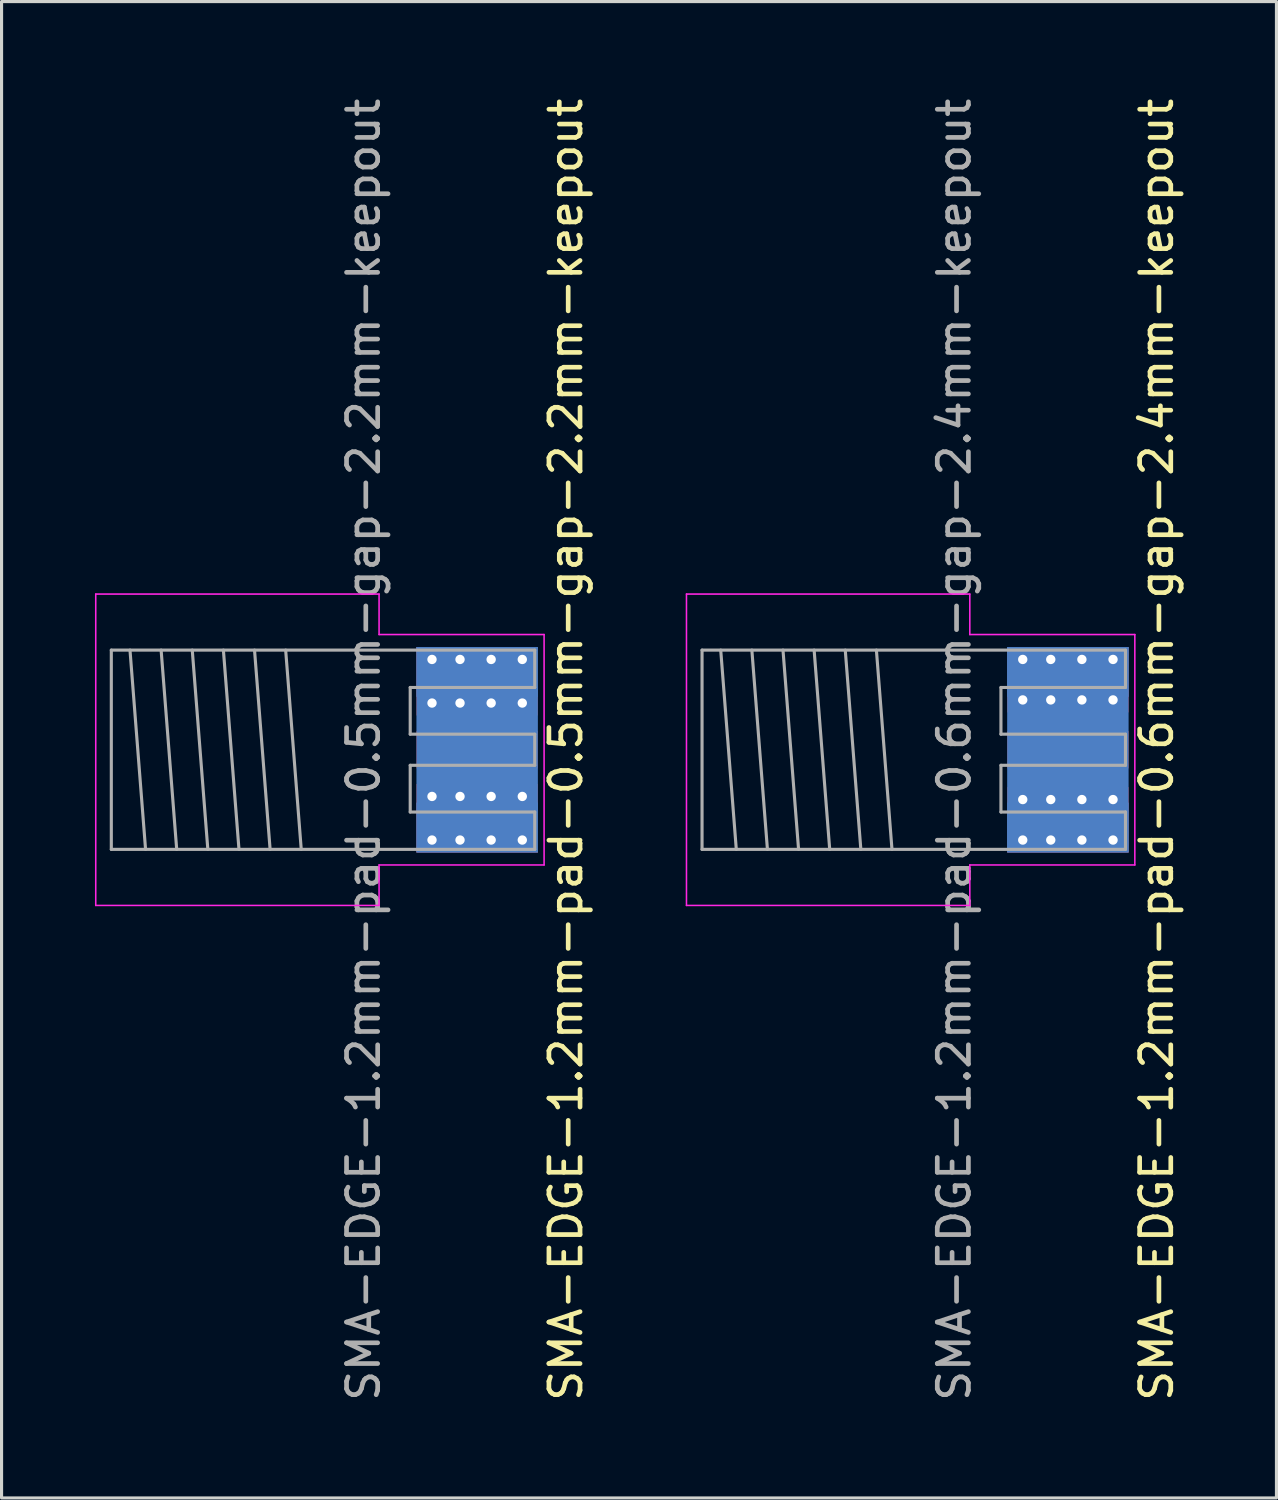
<source format=kicad_pcb>
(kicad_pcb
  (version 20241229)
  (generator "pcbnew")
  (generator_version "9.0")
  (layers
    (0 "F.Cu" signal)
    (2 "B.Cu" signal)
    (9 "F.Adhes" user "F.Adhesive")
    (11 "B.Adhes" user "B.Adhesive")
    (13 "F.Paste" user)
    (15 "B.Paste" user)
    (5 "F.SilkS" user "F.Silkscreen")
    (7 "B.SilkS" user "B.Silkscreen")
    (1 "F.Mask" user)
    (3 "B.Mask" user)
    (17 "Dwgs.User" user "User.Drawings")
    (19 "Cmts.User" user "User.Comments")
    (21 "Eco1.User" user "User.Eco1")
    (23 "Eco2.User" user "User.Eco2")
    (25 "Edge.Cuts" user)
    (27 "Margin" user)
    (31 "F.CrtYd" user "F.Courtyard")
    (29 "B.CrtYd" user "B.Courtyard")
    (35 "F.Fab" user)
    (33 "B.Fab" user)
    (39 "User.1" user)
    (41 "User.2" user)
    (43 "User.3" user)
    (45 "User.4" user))
  (footprint "SMA-EDGE-1.2mm-pad-0.5mm-gap-2.2mm-keepout"
    (layer "F.Cu")
    (at 10.125 21.03)
    (property "Reference" "SMA-EDGE-1.2mm-pad-0.5mm-gap-2.2mm-keepout" (at 5 0 90) (layer "F.SilkS") (effects (font (size 1 1) (thickness 0.15))))
    (attr through_hole)
    (fp_line (start -10.1 -5) (end -10.1 5) (stroke (width 0.05) (type solid)) (layer "F.CrtYd"))
    (fp_line (start -10.1 -5) (end -1 -5) (stroke (width 0.05) (type solid)) (layer "F.CrtYd"))
    (fp_line (start -10.1 5) (end -1 5) (stroke (width 0.05) (type solid)) (layer "F.CrtYd"))
    (fp_line (start -1 -5) (end -1 -3.7) (stroke (width 0.05) (type solid)) (layer "F.CrtYd"))
    (fp_line (start -1 3.7) (end 4.3 3.7) (stroke (width 0.05) (type solid)) (layer "F.CrtYd"))
    (fp_line (start -1 5) (end -1 3.7) (stroke (width 0.05) (type solid)) (layer "F.CrtYd"))
    (fp_line (start 4.3 -3.7) (end -1 -3.7) (stroke (width 0.05) (type solid)) (layer "F.CrtYd"))
    (fp_line (start 4.3 3.7) (end 4.3 -3.7) (stroke (width 0.05) (type solid)) (layer "F.CrtYd"))
    (fp_line (start -9.6 -3.2) (end 4 -3.2) (stroke (width 0.1) (type solid)) (layer "F.Fab"))
    (fp_line (start -9.6 3.2) (end -9.6 -3.2) (stroke (width 0.1) (type solid)) (layer "F.Fab"))
    (fp_line (start -9.6 3.2) (end 4 3.2) (stroke (width 0.1) (type solid)) (layer "F.Fab"))
    (fp_line (start -9 -3.2) (end -8.5 3.2) (stroke (width 0.1) (type solid)) (layer "F.Fab"))
    (fp_line (start -8 -3.2) (end -7.5 3.2) (stroke (width 0.1) (type solid)) (layer "F.Fab"))
    (fp_line (start -7 -3.2) (end -6.5 3.2) (stroke (width 0.1) (type solid)) (layer "F.Fab"))
    (fp_line (start -6 -3.2) (end -5.5 3.2) (stroke (width 0.1) (type solid)) (layer "F.Fab"))
    (fp_line (start -5 -3.2) (end -4.5 3.2) (stroke (width 0.1) (type solid)) (layer "F.Fab"))
    (fp_line (start -4 -3.2) (end -3.5 3.2) (stroke (width 0.1) (type solid)) (layer "F.Fab"))
    (fp_line (start 0 -2) (end 4 -2) (stroke (width 0.1) (type solid)) (layer "F.Fab"))
    (fp_line (start 0 -0.5) (end 0 -2) (stroke (width 0.1) (type solid)) (layer "F.Fab"))
    (fp_line (start 0 0.5) (end 4 0.5) (stroke (width 0.1) (type solid)) (layer "F.Fab"))
    (fp_line (start 0 2) (end 0 0.5) (stroke (width 0.1) (type solid)) (layer "F.Fab"))
    (fp_line (start 4 -2) (end 4 -3.2) (stroke (width 0.1) (type solid)) (layer "F.Fab"))
    (fp_line (start 4 -0.5) (end 0 -0.5) (stroke (width 0.1) (type solid)) (layer "F.Fab"))
    (fp_line (start 4 0.5) (end 4 -0.5) (stroke (width 0.1) (type solid)) (layer "F.Fab"))
    (fp_line (start 4 2) (end 0 2) (stroke (width 0.1) (type solid)) (layer "F.Fab"))
    (fp_line (start 4 3.2) (end 4 2) (stroke (width 0.1) (type solid)) (layer "F.Fab"))
    (fp_text user "${REFERENCE}" (at -1.5 0 90) (layer "F.Fab") (effects (font (size 1 1) (thickness 0.15))))
    (pad "1" smd rect (at 2.15 0) (size 3.9 1.2) (layers "F.Cu" "F.Mask"))
    (pad "2" thru_hole circle (at 0.7 -2.9) (size 0.7 0.7) (drill 0.3) (layers "*.Cu" "*.Mask"))
    (pad "2" thru_hole circle (at 0.7 -1.5) (size 0.7 0.7) (drill 0.3) (layers "*.Cu" "*.Mask"))
    (pad "2" thru_hole circle (at 0.7 1.5) (size 0.7 0.7) (drill 0.3) (layers "*.Cu" "*.Mask"))
    (pad "2" thru_hole circle (at 0.7 2.9) (size 0.7 0.7) (drill 0.3) (layers "*.Cu" "*.Mask"))
    (pad "2" thru_hole circle (at 1.6 -2.9) (size 0.7 0.7) (drill 0.3) (layers "*.Cu" "*.Mask"))
    (pad "2" thru_hole circle (at 1.6 -1.5) (size 0.7 0.7) (drill 0.3) (layers "*.Cu" "*.Mask"))
    (pad "2" thru_hole circle (at 1.6 1.5) (size 0.7 0.7) (drill 0.3) (layers "*.Cu" "*.Mask"))
    (pad "2" thru_hole circle (at 1.6 2.9) (size 0.7 0.7) (drill 0.3) (layers "*.Cu" "*.Mask"))
    (pad "2" smd rect (at 2.15 -2.5) (size 3.9 1.6) (layers "F.Cu" "F.Mask"))
    (pad "2" smd rect (at 2.15 -2.5) (size 3.9 1.6) (layers "B.Cu" "B.Mask"))
    (pad "2" smd rect (at 2.15 -2.2) (size 3.9 2.2) (layers "F.Cu"))
    (pad "2" smd rect (at 2.15 0) (size 3.9 6.6) (layers "B.Cu"))
    (pad "2" smd rect (at 2.15 2.2) (size 3.9 2.2) (layers "F.Cu"))
    (pad "2" smd rect (at 2.15 2.5) (size 3.9 1.6) (layers "F.Cu" "F.Mask"))
    (pad "2" smd rect (at 2.15 2.5) (size 3.9 1.6) (layers "B.Cu" "B.Mask"))
    (pad "2" thru_hole circle (at 2.6 -2.9) (size 0.7 0.7) (drill 0.3) (layers "*.Cu" "*.Mask"))
    (pad "2" thru_hole circle (at 2.6 -1.5) (size 0.7 0.7) (drill 0.3) (layers "*.Cu" "*.Mask"))
    (pad "2" thru_hole circle (at 2.6 1.5) (size 0.7 0.7) (drill 0.3) (layers "*.Cu" "*.Mask"))
    (pad "2" thru_hole circle (at 2.6 2.9) (size 0.7 0.7) (drill 0.3) (layers "*.Cu" "*.Mask"))
    (pad "2" thru_hole circle (at 3.6 -2.9) (size 0.7 0.7) (drill 0.3) (layers "*.Cu" "*.Mask"))
    (pad "2" thru_hole circle (at 3.6 -1.5) (size 0.7 0.7) (drill 0.3) (layers "*.Cu" "*.Mask"))
    (pad "2" thru_hole circle (at 3.6 1.5) (size 0.7 0.7) (drill 0.3) (layers "*.Cu" "*.Mask"))
    (pad "2" thru_hole circle (at 3.6 2.9) (size 0.7 0.7) (drill 0.3) (layers "*.Cu" "*.Mask"))
    (zone (net_name "") (layer "In1.Cu") (name "SMA keepout") (hatch edge 0.508) (connect_pads) (min_thickness 0.254) (filled_areas_thickness no) (keepout (tracks not_allowed) (vias not_allowed) (pads not_allowed) (copperpour not_allowed) (footprints not_allowed)) (placement (enabled no)) (fill) (polygon (pts (xy 14.225 22.13) (xy 10.125 22.13) (xy 10.125 19.93) (xy 14.225 19.93)))))
  (footprint "SMA-EDGE-1.2mm-pad-0.6mm-gap-2.4mm-keepout"
    (layer "F.Cu")
    (at 29.098 21.03)
    (property "Reference" "SMA-EDGE-1.2mm-pad-0.6mm-gap-2.4mm-keepout" (at 5 0 90) (layer "F.SilkS") (effects (font (size 1 1) (thickness 0.15))))
    (attr through_hole)
    (fp_line (start -10.1 -5) (end -10.1 5) (stroke (width 0.05) (type solid)) (layer "F.CrtYd"))
    (fp_line (start -10.1 -5) (end -1 -5) (stroke (width 0.05) (type solid)) (layer "F.CrtYd"))
    (fp_line (start -10.1 5) (end -1 5) (stroke (width 0.05) (type solid)) (layer "F.CrtYd"))
    (fp_line (start -1 -5) (end -1 -3.7) (stroke (width 0.05) (type solid)) (layer "F.CrtYd"))
    (fp_line (start -1 3.7) (end 4.3 3.7) (stroke (width 0.05) (type solid)) (layer "F.CrtYd"))
    (fp_line (start -1 5) (end -1 3.7) (stroke (width 0.05) (type solid)) (layer "F.CrtYd"))
    (fp_line (start 4.3 -3.7) (end -1 -3.7) (stroke (width 0.05) (type solid)) (layer "F.CrtYd"))
    (fp_line (start 4.3 3.7) (end 4.3 -3.7) (stroke (width 0.05) (type solid)) (layer "F.CrtYd"))
    (fp_line (start -9.6 -3.2) (end 4 -3.2) (stroke (width 0.1) (type solid)) (layer "F.Fab"))
    (fp_line (start -9.6 3.2) (end -9.6 -3.2) (stroke (width 0.1) (type solid)) (layer "F.Fab"))
    (fp_line (start -9.6 3.2) (end 4 3.2) (stroke (width 0.1) (type solid)) (layer "F.Fab"))
    (fp_line (start -9 -3.2) (end -8.5 3.2) (stroke (width 0.1) (type solid)) (layer "F.Fab"))
    (fp_line (start -8 -3.2) (end -7.5 3.2) (stroke (width 0.1) (type solid)) (layer "F.Fab"))
    (fp_line (start -7 -3.2) (end -6.5 3.2) (stroke (width 0.1) (type solid)) (layer "F.Fab"))
    (fp_line (start -6 -3.2) (end -5.5 3.2) (stroke (width 0.1) (type solid)) (layer "F.Fab"))
    (fp_line (start -5 -3.2) (end -4.5 3.2) (stroke (width 0.1) (type solid)) (layer "F.Fab"))
    (fp_line (start -4 -3.2) (end -3.5 3.2) (stroke (width 0.1) (type solid)) (layer "F.Fab"))
    (fp_line (start 0 -2) (end 4 -2) (stroke (width 0.1) (type solid)) (layer "F.Fab"))
    (fp_line (start 0 -0.5) (end 0 -2) (stroke (width 0.1) (type solid)) (layer "F.Fab"))
    (fp_line (start 0 0.5) (end 4 0.5) (stroke (width 0.1) (type solid)) (layer "F.Fab"))
    (fp_line (start 0 2) (end 0 0.5) (stroke (width 0.1) (type solid)) (layer "F.Fab"))
    (fp_line (start 4 -2) (end 4 -3.2) (stroke (width 0.1) (type solid)) (layer "F.Fab"))
    (fp_line (start 4 -0.5) (end 0 -0.5) (stroke (width 0.1) (type solid)) (layer "F.Fab"))
    (fp_line (start 4 0.5) (end 4 -0.5) (stroke (width 0.1) (type solid)) (layer "F.Fab"))
    (fp_line (start 4 2) (end 0 2) (stroke (width 0.1) (type solid)) (layer "F.Fab"))
    (fp_line (start 4 3.2) (end 4 2) (stroke (width 0.1) (type solid)) (layer "F.Fab"))
    (fp_text user "${REFERENCE}" (at -1.5 0 90) (layer "F.Fab") (effects (font (size 1 1) (thickness 0.15))))
    (pad "1" smd rect (at 2.15 0) (size 3.9 1.2) (layers "F.Cu" "F.Mask"))
    (pad "2" thru_hole circle (at 0.7 -2.9) (size 0.7 0.7) (drill 0.3) (layers "*.Cu" "*.Mask"))
    (pad "2" thru_hole circle (at 0.7 -1.6) (size 0.7 0.7) (drill 0.3) (layers "*.Cu" "*.Mask"))
    (pad "2" thru_hole circle (at 0.7 1.6) (size 0.7 0.7) (drill 0.3) (layers "*.Cu" "*.Mask"))
    (pad "2" thru_hole circle (at 0.7 2.9) (size 0.7 0.7) (drill 0.3) (layers "*.Cu" "*.Mask"))
    (pad "2" thru_hole circle (at 1.6 -2.9) (size 0.7 0.7) (drill 0.3) (layers "*.Cu" "*.Mask"))
    (pad "2" thru_hole circle (at 1.6 -1.6) (size 0.7 0.7) (drill 0.3) (layers "*.Cu" "*.Mask"))
    (pad "2" thru_hole circle (at 1.6 1.6) (size 0.7 0.7) (drill 0.3) (layers "*.Cu" "*.Mask"))
    (pad "2" thru_hole circle (at 1.6 2.9) (size 0.7 0.7) (drill 0.3) (layers "*.Cu" "*.Mask"))
    (pad "2" smd rect (at 2.15 -2.5) (size 3.9 1.6) (layers "F.Cu" "F.Mask"))
    (pad "2" smd rect (at 2.15 -2.5) (size 3.9 1.6) (layers "B.Cu" "B.Mask"))
    (pad "2" smd rect (at 2.15 -2.25) (size 3.9 2.1) (layers "F.Cu"))
    (pad "2" smd rect (at 2.15 0) (size 3.9 6.6) (layers "B.Cu"))
    (pad "2" smd rect (at 2.15 2.25) (size 3.9 2.1) (layers "F.Cu"))
    (pad "2" smd rect (at 2.15 2.5) (size 3.9 1.6) (layers "F.Cu" "F.Mask"))
    (pad "2" smd rect (at 2.15 2.5) (size 3.9 1.6) (layers "B.Cu" "B.Mask"))
    (pad "2" thru_hole circle (at 2.6 -2.9) (size 0.7 0.7) (drill 0.3) (layers "*.Cu" "*.Mask"))
    (pad "2" thru_hole circle (at 2.6 -1.6) (size 0.7 0.7) (drill 0.3) (layers "*.Cu" "*.Mask"))
    (pad "2" thru_hole circle (at 2.6 1.6) (size 0.7 0.7) (drill 0.3) (layers "*.Cu" "*.Mask"))
    (pad "2" thru_hole circle (at 2.6 2.9) (size 0.7 0.7) (drill 0.3) (layers "*.Cu" "*.Mask"))
    (pad "2" thru_hole circle (at 3.6 -2.9) (size 0.7 0.7) (drill 0.3) (layers "*.Cu" "*.Mask"))
    (pad "2" thru_hole circle (at 3.6 -1.6) (size 0.7 0.7) (drill 0.3) (layers "*.Cu" "*.Mask"))
    (pad "2" thru_hole circle (at 3.6 1.6) (size 0.7 0.7) (drill 0.3) (layers "*.Cu" "*.Mask"))
    (pad "2" thru_hole circle (at 3.6 2.9) (size 0.7 0.7) (drill 0.3) (layers "*.Cu" "*.Mask"))
    (zone (net_name "") (layer "In1.Cu") (name "SMA keepout") (hatch edge 0.508) (connect_pads) (min_thickness 0.254) (filled_areas_thickness no) (keepout (tracks not_allowed) (vias not_allowed) (pads not_allowed) (copperpour not_allowed) (footprints not_allowed)) (placement (enabled no)) (fill) (polygon (pts (xy 33.198 22.23) (xy 29.098 22.23) (xy 29.098 19.83) (xy 33.198 19.83)))))
  (gr_rect
    (start -3 -3)
    (end 37.947 45.06)
    (stroke (width 0.1) (type default))
    (fill no)
    (layer "Edge.Cuts")))
</source>
